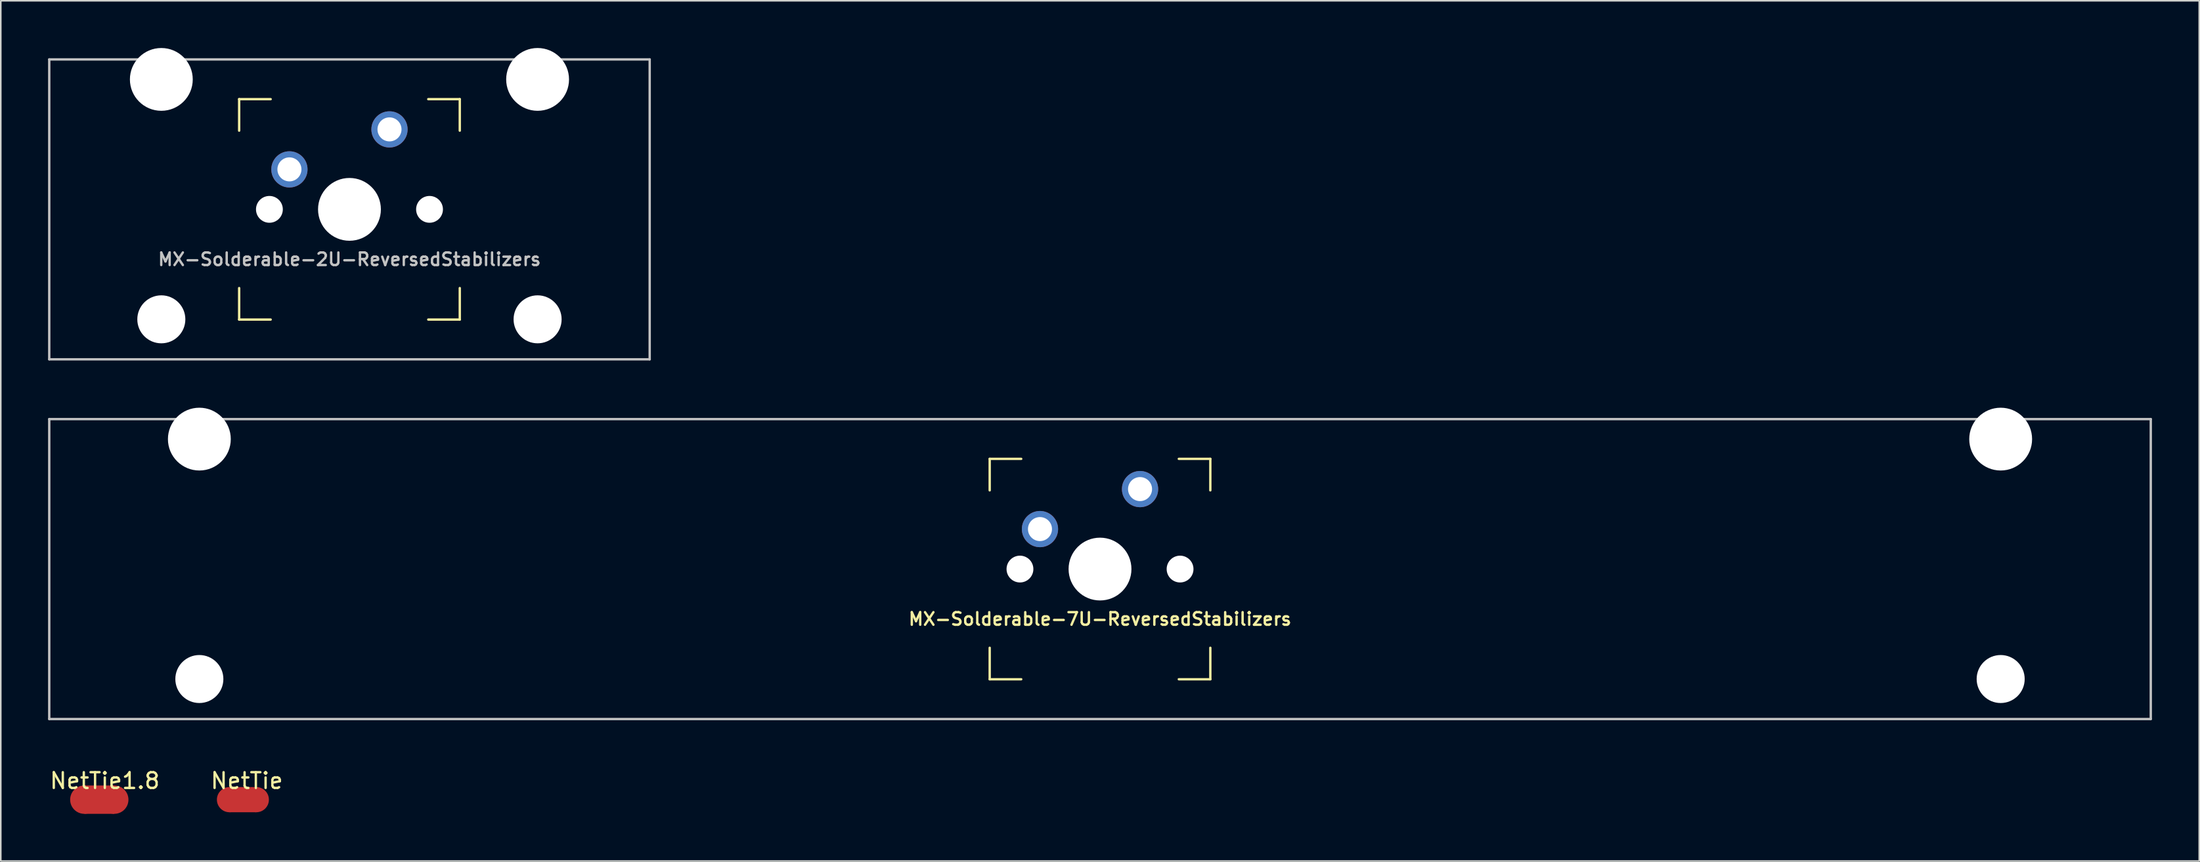
<source format=kicad_pcb>
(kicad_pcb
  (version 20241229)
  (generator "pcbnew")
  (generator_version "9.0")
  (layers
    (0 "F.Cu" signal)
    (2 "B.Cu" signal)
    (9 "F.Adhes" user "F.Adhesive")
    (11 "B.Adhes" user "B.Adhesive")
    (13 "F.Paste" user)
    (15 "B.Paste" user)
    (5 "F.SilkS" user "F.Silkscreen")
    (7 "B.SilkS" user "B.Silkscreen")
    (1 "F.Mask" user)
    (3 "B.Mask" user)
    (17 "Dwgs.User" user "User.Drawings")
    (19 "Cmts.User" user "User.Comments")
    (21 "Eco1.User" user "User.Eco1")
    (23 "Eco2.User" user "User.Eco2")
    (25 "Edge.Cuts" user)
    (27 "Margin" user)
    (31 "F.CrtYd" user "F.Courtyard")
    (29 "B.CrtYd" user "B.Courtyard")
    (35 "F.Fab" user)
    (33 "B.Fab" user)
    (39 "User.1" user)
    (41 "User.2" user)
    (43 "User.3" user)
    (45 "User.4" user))
  (footprint "NetTie"
    (layer "F.Cu")
    (at 12.613 47.746)
    (property "Reference" "NetTie" (at 0 -1.2 0) (layer "F.SilkS") (effects (font (size 1 1) (thickness 0.15))))
    (attr exclude_from_pos_files exclude_from_bom allow_missing_courtyard)
    (fp_poly (pts (xy -1.1 -0.8) (xy 0.6 -0.8) (xy 0.6 0.8) (xy -1.1 0.8)) (stroke (width 0) (type solid)) (fill yes) (layer "F.Cu"))
    (pad "1" smd circle (at -1.1 0) (size 1.6 1.6) (layers "F.Cu"))
    (pad "2" smd circle (at 0.6 0) (size 1.6 1.6) (layers "F.Cu")))
  (footprint "NetTie1.8"
    (layer "F.Cu")
    (at 3.601 47.746)
    (property "Reference" "NetTie1.8" (at 0 -1.2 0) (layer "F.SilkS") (effects (font (size 1 1) (thickness 0.15))))
    (attr exclude_from_pos_files exclude_from_bom allow_missing_courtyard)
    (fp_poly (pts (xy -1.3 -0.9) (xy 0.6 -0.9) (xy 0.6 0.9) (xy -1.3 0.9)) (stroke (width 0) (type solid)) (fill yes) (layer "F.Cu"))
    (pad "1" smd circle (at -1.3 0) (size 1.8 1.8) (layers "F.Cu"))
    (pad "2" smd circle (at 0.6 0) (size 1.8 1.8) (layers "F.Cu")))
  (footprint "MX-Solderable-2U-ReversedStabilizers"
    (layer "F.Cu")
    (at 19.125 10.249)
    (property "Reference" "MX-Solderable-2U-ReversedStabilizers" (at 0 3.175 0) (layer "Dwgs.User") (effects (font (size 0.8 0.8) (thickness 0.15))))
    (attr through_hole)
    (fp_line (start -7 -7) (end -7 -5) (stroke (width 0.15) (type solid)) (layer "F.SilkS"))
    (fp_line (start -7 5) (end -7 7) (stroke (width 0.15) (type solid)) (layer "F.SilkS"))
    (fp_line (start -7 7) (end -5 7) (stroke (width 0.15) (type solid)) (layer "F.SilkS"))
    (fp_line (start -5 -7) (end -7 -7) (stroke (width 0.15) (type solid)) (layer "F.SilkS"))
    (fp_line (start 5 -7) (end 7 -7) (stroke (width 0.15) (type solid)) (layer "F.SilkS"))
    (fp_line (start 5 7) (end 7 7) (stroke (width 0.15) (type solid)) (layer "F.SilkS"))
    (fp_line (start 7 -7) (end 7 -5) (stroke (width 0.15) (type solid)) (layer "F.SilkS"))
    (fp_line (start 7 7) (end 7 5) (stroke (width 0.15) (type solid)) (layer "F.SilkS"))
    (fp_line (start -19.05 9.525) (end -19.05 -9.525) (stroke (width 0.15) (type solid)) (layer "Dwgs.User"))
    (fp_line (start 19.05 -9.525) (end -19.05 -9.525) (stroke (width 0.15) (type solid)) (layer "Dwgs.User"))
    (fp_line (start 19.05 9.525) (end -19.05 9.525) (stroke (width 0.15) (type solid)) (layer "Dwgs.User"))
    (fp_line (start 19.05 9.525) (end 19.05 -9.525) (stroke (width 0.15) (type solid)) (layer "Dwgs.User"))
    (pad "" np_thru_hole circle (at -11.938 -8.255) (size 3.988 3.988) (drill 3.988) (layers "*.Cu" "*.Mask"))
    (pad "" np_thru_hole circle (at -11.938 6.985) (size 3.048 3.048) (drill 3.048) (layers "*.Cu" "*.Mask"))
    (pad "" np_thru_hole circle (at -5.08 0 48.099) (size 1.702 1.702) (drill 1.702) (layers "*.Cu" "*.Mask"))
    (pad "" np_thru_hole circle (at 0 0) (size 3.988 3.988) (drill 3.988) (layers "*.Cu" "*.Mask"))
    (pad "" np_thru_hole circle (at 5.08 0 48.099) (size 1.702 1.702) (drill 1.702) (layers "*.Cu" "*.Mask"))
    (pad "" np_thru_hole circle (at 11.938 -8.255) (size 3.988 3.988) (drill 3.988) (layers "*.Cu" "*.Mask"))
    (pad "" np_thru_hole circle (at 11.938 6.985) (size 3.048 3.048) (drill 3.048) (layers "*.Cu" "*.Mask"))
    (pad "1" thru_hole circle (at -3.81 -2.54) (size 2.3 2.3) (drill 1.524) (layers "*.Cu" "B.Mask"))
    (pad "2" thru_hole circle (at 2.54 -5.08) (size 2.3 2.3) (drill 1.524) (layers "*.Cu" "B.Mask")))
  (footprint "MX-Solderable-7U-ReversedStabilizers"
    (layer "F.Cu")
    (at 66.75 33.098)
    (property "Reference" "MX-Solderable-7U-ReversedStabilizers" (at 0 3.175 0) (layer "F.SilkS") (effects (font (size 0.8 0.8) (thickness 0.15))))
    (attr through_hole)
    (fp_line (start -7 -7) (end -7 -5) (stroke (width 0.15) (type solid)) (layer "F.SilkS"))
    (fp_line (start -7 5) (end -7 7) (stroke (width 0.15) (type solid)) (layer "F.SilkS"))
    (fp_line (start -7 7) (end -5 7) (stroke (width 0.15) (type solid)) (layer "F.SilkS"))
    (fp_line (start -5 -7) (end -7 -7) (stroke (width 0.15) (type solid)) (layer "F.SilkS"))
    (fp_line (start 5 -7) (end 7 -7) (stroke (width 0.15) (type solid)) (layer "F.SilkS"))
    (fp_line (start 5 7) (end 7 7) (stroke (width 0.15) (type solid)) (layer "F.SilkS"))
    (fp_line (start 7 -7) (end 7 -5) (stroke (width 0.15) (type solid)) (layer "F.SilkS"))
    (fp_line (start 7 7) (end 7 5) (stroke (width 0.15) (type solid)) (layer "F.SilkS"))
    (fp_line (start -66.675 9.525) (end -66.675 -9.525) (stroke (width 0.15) (type solid)) (layer "Dwgs.User"))
    (fp_line (start 66.675 -9.525) (end -66.675 -9.525) (stroke (width 0.15) (type solid)) (layer "Dwgs.User"))
    (fp_line (start 66.675 9.525) (end -66.675 9.525) (stroke (width 0.15) (type solid)) (layer "Dwgs.User"))
    (fp_line (start 66.675 9.525) (end 66.675 -9.525) (stroke (width 0.15) (type solid)) (layer "Dwgs.User"))
    (pad "" np_thru_hole circle (at -57.15 -8.255) (size 3.988 3.988) (drill 3.988) (layers "*.Cu" "*.Mask"))
    (pad "" np_thru_hole circle (at -57.15 6.985) (size 3.048 3.048) (drill 3.048) (layers "*.Cu" "*.Mask"))
    (pad "" np_thru_hole circle (at -5.08 0 48.099) (size 1.702 1.702) (drill 1.702) (layers "*.Cu" "*.Mask"))
    (pad "" np_thru_hole circle (at 0 0) (size 3.988 3.988) (drill 3.988) (layers "*.Cu" "*.Mask"))
    (pad "" np_thru_hole circle (at 5.08 0 48.099) (size 1.702 1.702) (drill 1.702) (layers "*.Cu" "*.Mask"))
    (pad "" np_thru_hole circle (at 57.15 -8.255) (size 3.988 3.988) (drill 3.988) (layers "*.Cu" "*.Mask"))
    (pad "" np_thru_hole circle (at 57.15 6.985) (size 3.048 3.048) (drill 3.048) (layers "*.Cu" "*.Mask"))
    (pad "1" thru_hole circle (at -3.81 -2.54) (size 2.3 2.3) (drill 1.524) (layers "*.Cu" "B.Mask"))
    (pad "2" thru_hole circle (at 2.54 -5.08) (size 2.3 2.3) (drill 1.524) (layers "*.Cu" "B.Mask")))
  (gr_rect
    (start -3 -3)
    (end 136.5 51.646)
    (stroke (width 0.1) (type default))
    (fill no)
    (layer "Edge.Cuts")))
</source>
